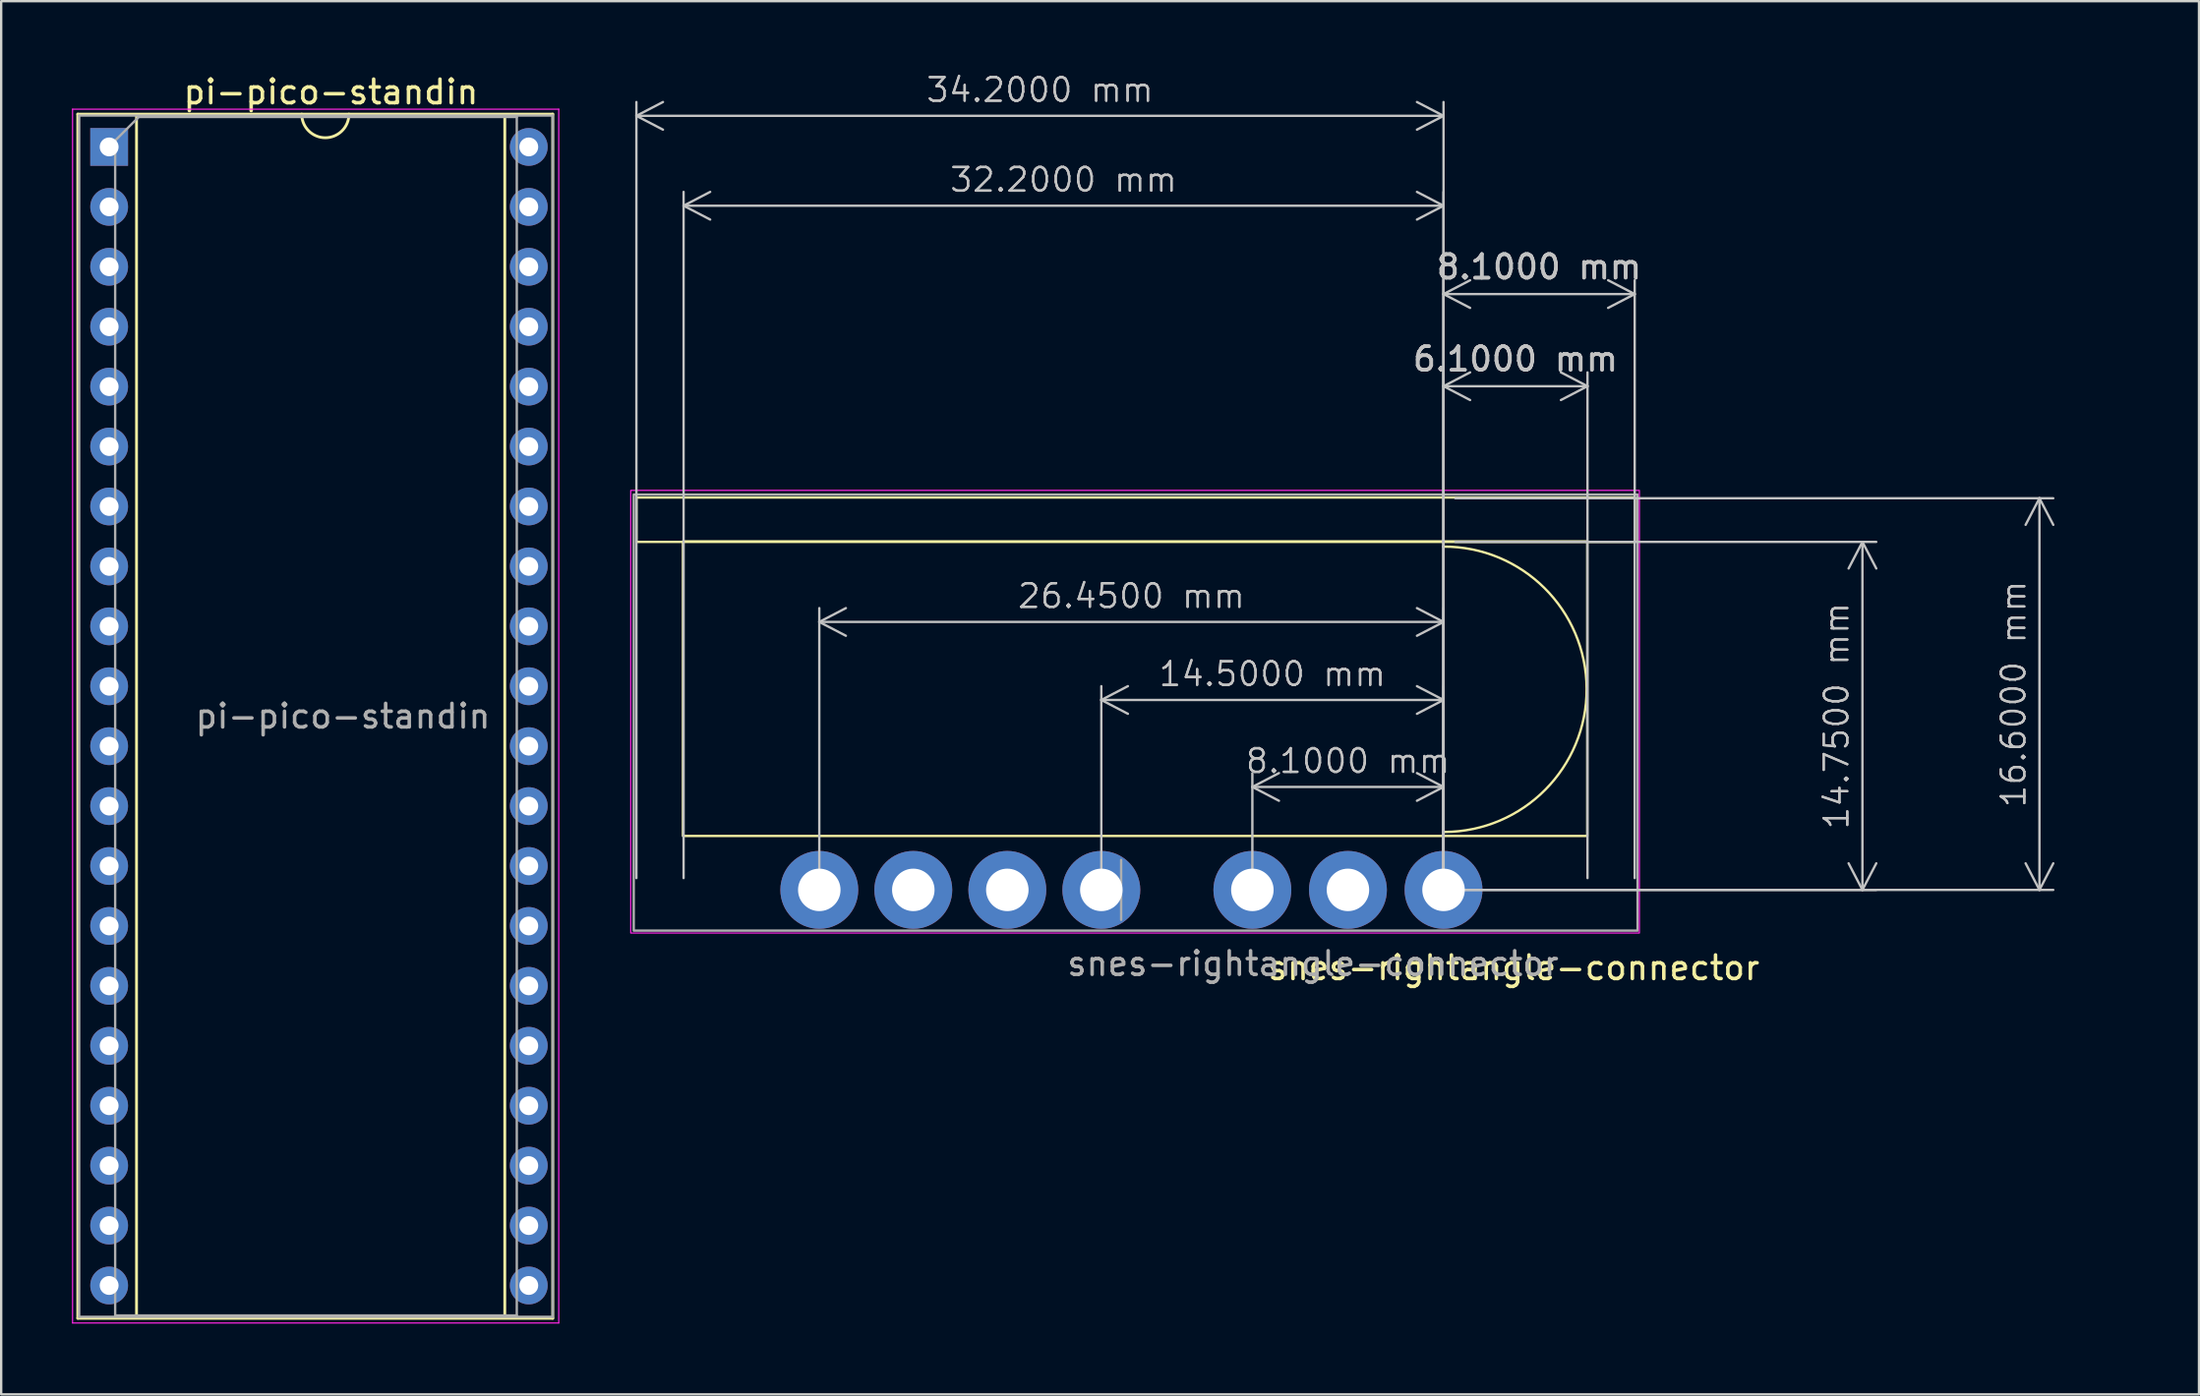
<source format=kicad_pcb>
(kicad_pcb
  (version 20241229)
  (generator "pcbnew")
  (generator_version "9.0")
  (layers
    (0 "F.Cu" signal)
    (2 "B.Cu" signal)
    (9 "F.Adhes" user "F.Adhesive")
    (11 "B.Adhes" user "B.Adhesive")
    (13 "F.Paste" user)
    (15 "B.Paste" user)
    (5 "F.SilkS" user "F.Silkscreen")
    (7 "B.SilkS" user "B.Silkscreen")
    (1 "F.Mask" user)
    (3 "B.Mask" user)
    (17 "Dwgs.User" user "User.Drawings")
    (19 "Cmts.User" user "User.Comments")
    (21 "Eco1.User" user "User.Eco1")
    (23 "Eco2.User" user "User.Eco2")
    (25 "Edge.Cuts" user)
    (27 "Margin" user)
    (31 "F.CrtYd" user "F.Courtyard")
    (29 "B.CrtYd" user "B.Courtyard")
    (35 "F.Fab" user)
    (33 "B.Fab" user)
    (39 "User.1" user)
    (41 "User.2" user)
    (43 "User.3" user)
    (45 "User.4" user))
  (footprint "snes-rightangle-connector"
    (layer "F.Cu")
    (at 58.115 34.67)
    (property "Reference" "snes-rightangle-connector" (at 2.977 3.302 0) (layer "F.SilkS") (effects (font (size 1 1) (thickness 0.15))))
    (attr through_hole)
    (fp_rect (start -34.198 -16.631) (end 8.108 -14.75) (stroke (width 0.1) (type default)) (fill no) (layer "F.SilkS"))
    (fp_rect (start -32.229 -14.772) (end 6.089 -2.286) (stroke (width 0.1) (type default)) (fill no) (layer "F.SilkS"))
    (fp_arc (start -0.010583 -14.550585) (mid 6.0888 -8.5289) (end 0.041105 -2.455306) (stroke (width 0.1) (type default)) (layer "F.SilkS"))
    (fp_rect (start -34.44 -16.935) (end 8.299 1.829) (stroke (width 0.05) (type default)) (fill no) (layer "F.CrtYd"))
    (fp_line (start -13.66 1.27) (end -13.66 -1.27) (stroke (width 0.1) (type solid)) (layer "F.Fab"))
    (fp_rect (start -34.313 -16.758) (end 8.222 1.727) (stroke (width 0.1) (type default)) (fill no) (layer "F.Fab"))
    (fp_text user "${REFERENCE}" (at -5.532 3.124 0) (layer "F.Fab") (effects (font (size 1 1) (thickness 0.15))))
    (dimension (type aligned) (layer "Dwgs.User") (pts (xy 23.915 34.67) (xy 58.115 34.67)) (height -32.81) (format (prefix "") (suffix "") (units 3) (units_format 1) (precision 4)) (style (thickness 0.1) (arrow_length 1.27) (text_position_mode 0) (arrow_direction outward) (extension_height 0.586) (extension_offset 0.5) (keep_text_aligned yes)) (gr_text "34.2000 mm" (at 41.015 0.76 0) (layer "Dwgs.User") (effects (font (size 1 1) (thickness 0.1)))))
    (dimension (type aligned) (layer "Dwgs.User") (pts (xy 50.015 34.67) (xy 58.115 34.67)) (height -4.364) (format (prefix "") (suffix "") (units 3) (units_format 1) (precision 4)) (style (thickness 0.1) (arrow_length 1.27) (text_position_mode 0) (arrow_direction outward) (extension_height 0.586) (extension_offset 0.5) (keep_text_aligned yes)) (gr_text "8.1000 mm" (at 54.065 29.206 0) (layer "Dwgs.User") (effects (font (size 1 1) (thickness 0.1)))))
    (dimension (type aligned) (layer "Dwgs.User") (pts (xy 58.115 34.67) (xy 64.215 34.67)) (height -21.35) (format (prefix "") (suffix "") (units 3) (units_format 1) (precision 4)) (style (thickness 0.1) (arrow_length 1.27) (text_position_mode 0) (arrow_direction outward) (extension_height 0.586) (extension_offset 0.5) (keep_text_aligned yes)) (gr_text "6.1000 mm" (at 61.165 12.17 0) (layer "Dwgs.User") (effects (font (size 1 1) (thickness 0.15)))))
    (dimension (type aligned) (layer "Dwgs.User") (pts (xy 58.115 18.07) (xy 58.115 34.67)) (height -25.25) (format (prefix "") (suffix "") (units 3) (units_format 1) (precision 4)) (style (thickness 0.1) (arrow_length 1.27) (text_position_mode 0) (arrow_direction outward) (extension_height 0.586) (extension_offset 0.5) (keep_text_aligned yes)) (gr_text "16.6000 mm" (at 82.265 26.37 90) (layer "Dwgs.User") (effects (font (size 1 1) (thickness 0.1)))))
    (dimension (type aligned) (layer "Dwgs.User") (pts (xy 58.115 34.67) (xy 58.115 19.92)) (height 17.75) (format (prefix "") (suffix "") (units 3) (units_format 1) (precision 4)) (style (thickness 0.1) (arrow_length 1.27) (text_position_mode 0) (arrow_direction outward) (extension_height 0.586) (extension_offset 0.5) (keep_text_aligned yes)) (gr_text "14.7500 mm" (at 74.765 27.295 90) (layer "Dwgs.User") (effects (font (size 1 1) (thickness 0.1)))))
    (dimension (type aligned) (layer "Dwgs.User") (pts (xy 25.915 34.67) (xy 58.115 34.67)) (height -29) (format (prefix "") (suffix "") (units 3) (units_format 1) (precision 4)) (style (thickness 0.1) (arrow_length 1.27) (text_position_mode 0) (arrow_direction outward) (extension_height 0.586) (extension_offset 0.5) (keep_text_aligned yes)) (gr_text "32.2000 mm" (at 42.015 4.57 0) (layer "Dwgs.User") (effects (font (size 1 1) (thickness 0.1)))))
    (dimension (type aligned) (layer "Dwgs.User") (pts (xy 31.665 34.67) (xy 58.115 34.67)) (height -11.358) (format (prefix "") (suffix "") (units 3) (units_format 1) (precision 4)) (style (thickness 0.1) (arrow_length 1.27) (text_position_mode 0) (arrow_direction outward) (extension_height 0.586) (extension_offset 0.5) (keep_text_aligned yes)) (gr_text "26.4500 mm" (at 44.89 22.212 0) (layer "Dwgs.User") (effects (font (size 1 1) (thickness 0.1)))))
    (dimension (type aligned) (layer "Dwgs.User") (pts (xy 43.615 34.67) (xy 58.115 34.67)) (height -8.05) (format (prefix "") (suffix "") (units 3) (units_format 1) (precision 4)) (style (thickness 0.1) (arrow_length 1.27) (text_position_mode 0) (arrow_direction outward) (extension_height 0.586) (extension_offset 0.5) (keep_text_aligned yes)) (gr_text "14.5000 mm" (at 50.865 25.52 0) (layer "Dwgs.User") (effects (font (size 1 1) (thickness 0.1)))))
    (dimension (type aligned) (layer "Dwgs.User") (pts (xy 58.115 34.67) (xy 66.215 34.67)) (height -25.255) (format (prefix "") (suffix "") (units 3) (units_format 1) (precision 4)) (style (thickness 0.1) (arrow_length 1.27) (text_position_mode 0) (arrow_direction outward) (extension_height 0.586) (extension_offset 0.5) (keep_text_aligned yes)) (gr_text "8.1000 mm" (at 62.165 8.265 0) (layer "Dwgs.User") (effects (font (size 1 1) (thickness 0.15)))))
    (pad "1" thru_hole circle (at 0 0 270) (size 3.3 3.3) (drill 1.8) (layers "*.Cu" "*.Mask"))
    (pad "2" thru_hole circle (at -4.05 0 270) (size 3.3 3.3) (drill 1.8) (layers "*.Cu" "*.Mask"))
    (pad "3" thru_hole circle (at -8.1 0 270) (size 3.3 3.3) (drill 1.8) (layers "*.Cu" "*.Mask"))
    (pad "4" thru_hole circle (at -14.5 0 270) (size 3.3 3.3) (drill 1.8) (layers "*.Cu" "*.Mask"))
    (pad "5" thru_hole circle (at -18.483 0 270) (size 3.3 3.3) (drill 1.8) (layers "*.Cu" "*.Mask"))
    (pad "6" thru_hole circle (at -22.467 0 270) (size 3.3 3.3) (drill 1.8) (layers "*.Cu" "*.Mask"))
    (pad "7" thru_hole circle (at -26.45 0 270) (size 3.3 3.3) (drill 1.8) (layers "*.Cu" "*.Mask")))
  (footprint "pi-pico-standin"
    (layer "F.Cu")
    (at 1.575 3.178)
    (property "Reference" "pi-pico-standin" (at 9.398 -2.33 0) (layer "F.SilkS") (effects (font (size 1 1) (thickness 0.15))))
    (attr through_hole)
    (fp_line (start -1.33 -1.39) (end -1.33 49.65) (stroke (width 0.12) (type solid)) (layer "F.SilkS"))
    (fp_line (start -1.33 49.65) (end 18.796 49.65) (stroke (width 0.12) (type solid)) (layer "F.SilkS"))
    (fp_line (start 1.16 -1.33) (end 1.16 49.59) (stroke (width 0.12) (type solid)) (layer "F.SilkS"))
    (fp_line (start 1.16 49.59) (end 16.764 49.59) (stroke (width 0.12) (type solid)) (layer "F.SilkS"))
    (fp_line (start 8.128 -1.33) (end 1.16 -1.33) (stroke (width 0.12) (type solid)) (layer "F.SilkS"))
    (fp_line (start 16.764 -1.33) (end 10.16 -1.33) (stroke (width 0.12) (type solid)) (layer "F.SilkS"))
    (fp_line (start 16.764 49.59) (end 16.764 -1.33) (stroke (width 0.12) (type solid)) (layer "F.SilkS"))
    (fp_line (start 18.796 -1.39) (end -1.33 -1.39) (stroke (width 0.12) (type solid)) (layer "F.SilkS"))
    (fp_line (start 18.796 49.65) (end 18.796 -1.39) (stroke (width 0.12) (type solid)) (layer "F.SilkS"))
    (fp_arc (start 10.16 -1.39) (mid 9.16 -0.39) (end 8.16 -1.39) (stroke (width 0.12) (type solid)) (layer "F.SilkS"))
    (fp_line (start -1.55 -1.6) (end -1.55 49.85) (stroke (width 0.05) (type solid)) (layer "F.CrtYd"))
    (fp_line (start -1.55 49.85) (end 19.05 49.85) (stroke (width 0.05) (type solid)) (layer "F.CrtYd"))
    (fp_line (start 19.05 -1.6) (end -1.55 -1.6) (stroke (width 0.05) (type solid)) (layer "F.CrtYd"))
    (fp_line (start 19.05 49.85) (end 19.05 -1.6) (stroke (width 0.05) (type solid)) (layer "F.CrtYd"))
    (fp_line (start -1.27 -1.33) (end -1.27 49.59) (stroke (width 0.1) (type solid)) (layer "F.Fab"))
    (fp_line (start -1.27 49.59) (end 18.796 49.59) (stroke (width 0.1) (type solid)) (layer "F.Fab"))
    (fp_line (start 0.255 -0.27) (end 1.255 -1.27) (stroke (width 0.1) (type solid)) (layer "F.Fab"))
    (fp_line (start 0.255 49.53) (end 0.255 -0.27) (stroke (width 0.1) (type solid)) (layer "F.Fab"))
    (fp_line (start 1.255 -1.27) (end 17.272 -1.27) (stroke (width 0.1) (type solid)) (layer "F.Fab"))
    (fp_line (start 17.272 -1.27) (end 17.272 49.53) (stroke (width 0.1) (type solid)) (layer "F.Fab"))
    (fp_line (start 17.272 49.53) (end 0.255 49.53) (stroke (width 0.1) (type solid)) (layer "F.Fab"))
    (fp_line (start 18.796 -1.33) (end -1.27 -1.33) (stroke (width 0.1) (type solid)) (layer "F.Fab"))
    (fp_line (start 18.796 49.59) (end 18.796 -1.33) (stroke (width 0.1) (type solid)) (layer "F.Fab"))
    (fp_text user "${REFERENCE}" (at 9.906 24.13 0) (layer "F.Fab") (effects (font (size 1 1) (thickness 0.15))))
    (pad "1" thru_hole rect (at 0 0) (size 1.6 1.6) (drill 0.8) (layers "*.Cu" "*.Mask"))
    (pad "2" thru_hole oval (at 0 2.54) (size 1.6 1.6) (drill 0.8) (layers "*.Cu" "*.Mask"))
    (pad "3" thru_hole oval (at 0 5.08) (size 1.6 1.6) (drill 0.8) (layers "*.Cu" "*.Mask"))
    (pad "4" thru_hole oval (at 0 7.62) (size 1.6 1.6) (drill 0.8) (layers "*.Cu" "*.Mask"))
    (pad "5" thru_hole oval (at 0 10.16) (size 1.6 1.6) (drill 0.8) (layers "*.Cu" "*.Mask"))
    (pad "6" thru_hole oval (at 0 12.7) (size 1.6 1.6) (drill 0.8) (layers "*.Cu" "*.Mask"))
    (pad "7" thru_hole oval (at 0 15.24) (size 1.6 1.6) (drill 0.8) (layers "*.Cu" "*.Mask"))
    (pad "8" thru_hole oval (at 0 17.78) (size 1.6 1.6) (drill 0.8) (layers "*.Cu" "*.Mask"))
    (pad "9" thru_hole oval (at 0 20.32) (size 1.6 1.6) (drill 0.8) (layers "*.Cu" "*.Mask"))
    (pad "10" thru_hole oval (at 0 22.86) (size 1.6 1.6) (drill 0.8) (layers "*.Cu" "*.Mask"))
    (pad "11" thru_hole oval (at 0 25.4) (size 1.6 1.6) (drill 0.8) (layers "*.Cu" "*.Mask"))
    (pad "12" thru_hole oval (at 0 27.94) (size 1.6 1.6) (drill 0.8) (layers "*.Cu" "*.Mask"))
    (pad "13" thru_hole oval (at 0 30.48) (size 1.6 1.6) (drill 0.8) (layers "*.Cu" "*.Mask"))
    (pad "14" thru_hole oval (at 0 33.02) (size 1.6 1.6) (drill 0.8) (layers "*.Cu" "*.Mask"))
    (pad "15" thru_hole oval (at 0 35.56) (size 1.6 1.6) (drill 0.8) (layers "*.Cu" "*.Mask"))
    (pad "16" thru_hole oval (at 0 38.1) (size 1.6 1.6) (drill 0.8) (layers "*.Cu" "*.Mask"))
    (pad "17" thru_hole oval (at 0 40.64) (size 1.6 1.6) (drill 0.8) (layers "*.Cu" "*.Mask"))
    (pad "18" thru_hole oval (at 0 43.18) (size 1.6 1.6) (drill 0.8) (layers "*.Cu" "*.Mask"))
    (pad "19" thru_hole oval (at 0 45.72) (size 1.6 1.6) (drill 0.8) (layers "*.Cu" "*.Mask"))
    (pad "20" thru_hole oval (at 0 48.26) (size 1.6 1.6) (drill 0.8) (layers "*.Cu" "*.Mask"))
    (pad "21" thru_hole oval (at 17.78 48.26) (size 1.6 1.6) (drill 0.8) (layers "*.Cu" "*.Mask"))
    (pad "22" thru_hole oval (at 17.78 45.72) (size 1.6 1.6) (drill 0.8) (layers "*.Cu" "*.Mask"))
    (pad "23" thru_hole oval (at 17.78 43.18) (size 1.6 1.6) (drill 0.8) (layers "*.Cu" "*.Mask"))
    (pad "24" thru_hole oval (at 17.78 40.64) (size 1.6 1.6) (drill 0.8) (layers "*.Cu" "*.Mask"))
    (pad "25" thru_hole oval (at 17.78 38.1) (size 1.6 1.6) (drill 0.8) (layers "*.Cu" "*.Mask"))
    (pad "26" thru_hole oval (at 17.78 35.56) (size 1.6 1.6) (drill 0.8) (layers "*.Cu" "*.Mask"))
    (pad "27" thru_hole oval (at 17.78 33.02) (size 1.6 1.6) (drill 0.8) (layers "*.Cu" "*.Mask"))
    (pad "28" thru_hole oval (at 17.78 30.48) (size 1.6 1.6) (drill 0.8) (layers "*.Cu" "*.Mask"))
    (pad "29" thru_hole oval (at 17.78 27.94) (size 1.6 1.6) (drill 0.8) (layers "*.Cu" "*.Mask"))
    (pad "30" thru_hole oval (at 17.78 25.4) (size 1.6 1.6) (drill 0.8) (layers "*.Cu" "*.Mask"))
    (pad "31" thru_hole oval (at 17.78 22.86) (size 1.6 1.6) (drill 0.8) (layers "*.Cu" "*.Mask"))
    (pad "32" thru_hole oval (at 17.78 20.32) (size 1.6 1.6) (drill 0.8) (layers "*.Cu" "*.Mask"))
    (pad "33" thru_hole oval (at 17.78 17.78) (size 1.6 1.6) (drill 0.8) (layers "*.Cu" "*.Mask"))
    (pad "34" thru_hole oval (at 17.78 15.24) (size 1.6 1.6) (drill 0.8) (layers "*.Cu" "*.Mask"))
    (pad "35" thru_hole oval (at 17.78 12.7) (size 1.6 1.6) (drill 0.8) (layers "*.Cu" "*.Mask"))
    (pad "36" thru_hole oval (at 17.78 10.16) (size 1.6 1.6) (drill 0.8) (layers "*.Cu" "*.Mask"))
    (pad "37" thru_hole oval (at 17.78 7.62) (size 1.6 1.6) (drill 0.8) (layers "*.Cu" "*.Mask"))
    (pad "38" thru_hole oval (at 17.78 5.08) (size 1.6 1.6) (drill 0.8) (layers "*.Cu" "*.Mask"))
    (pad "39" thru_hole oval (at 17.78 2.54) (size 1.6 1.6) (drill 0.8) (layers "*.Cu" "*.Mask"))
    (pad "40" thru_hole oval (at 17.78 0) (size 1.6 1.6) (drill 0.8) (layers "*.Cu" "*.Mask")))
  (gr_rect
    (start -3 -3)
    (end 90.125 56.053)
    (stroke (width 0.1) (type default))
    (fill no)
    (layer "Edge.Cuts")))
</source>
